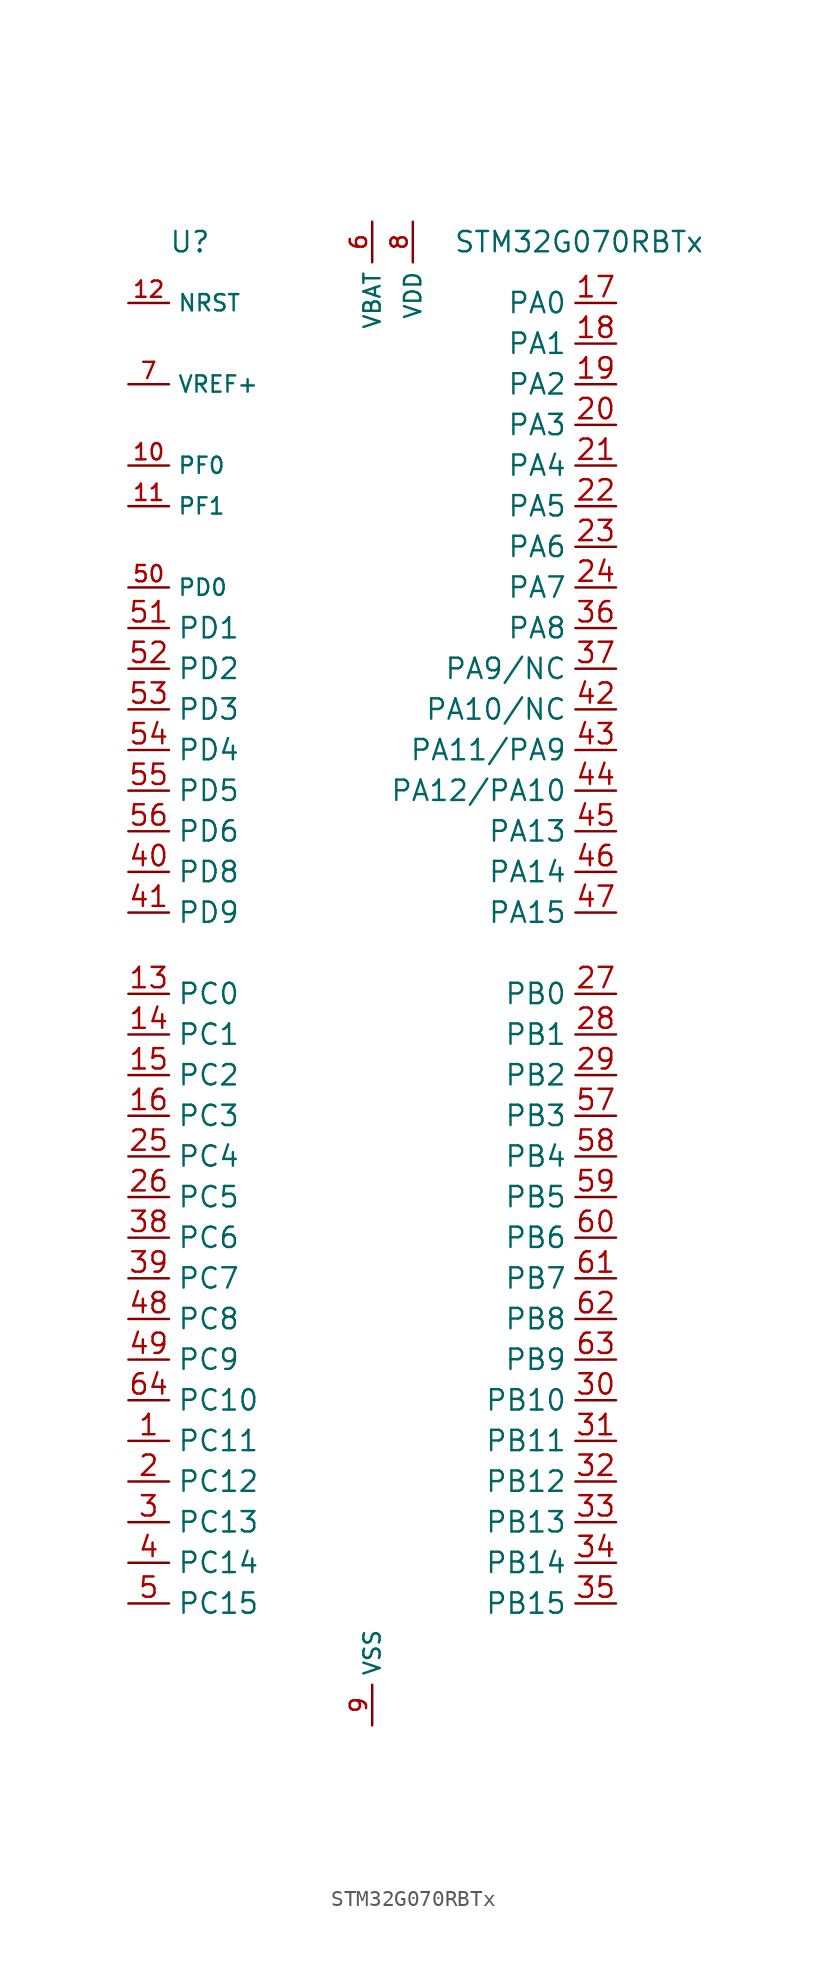
<source format=kicad_sym>
(kicad_symbol_lib
  (version 20220914)
  (generator kicad_symbol_editor)
  (symbol "STM32G070RBTx"
    (property "Reference" "U"
      (at -12.7 46.99 0)
      (effects (font (size 1.27 1.27)) (justify left)))
    (property "Value" "STM32G070RBTx"
      (at 5.08 46.99 0)
      (effects (font (size 1.27 1.27)) (justify left)))
    (property "ki_locked" ""
      (at 0 0 0)
      (effects (font (size 1.27 1.27))))
    (symbol "STM32G070RBTx_1_1"
      (pin bidirectional line (at -15.24 -27.94 0) (length 2.54) (name "PC11" (effects (font (size 1.27 1.27)))) (number "1" (effects (font (size 1.27 1.27)))) (alternate "ADC1_EXTI11" bidirectional line) (alternate "TIM1_CH4" bidirectional line) (alternate "USART3_RX" bidirectional line) (alternate "USART4_RX" bidirectional line))
      (pin bidirectional line (at -15.24 33.02 0) (length 2.54) (name "PF0" (effects (font (size 1.016 1.016)))) (number "10" (effects (font (size 1.016 1.016)))) (alternate "RCC_OSC_IN" bidirectional line) (alternate "TIM14_CH1" bidirectional line))
      (pin bidirectional line (at -15.24 30.48 0) (length 2.54) (name "PF1" (effects (font (size 1.016 1.016)))) (number "11" (effects (font (size 1.016 1.016)))) (alternate "RCC_OSC_EN" bidirectional line) (alternate "RCC_OSC_OUT" bidirectional line) (alternate "TIM15_CH1N" bidirectional line))
      (pin input line (at -15.24 43.18 0) (length 2.54) (name "NRST" (effects (font (size 1.016 1.016)))) (number "12" (effects (font (size 1.016 1.016)))))
      (pin bidirectional line (at -15.24 0 0) (length 2.54) (name "PC0" (effects (font (size 1.27 1.27)))) (number "13" (effects (font (size 1.27 1.27)))))
      (pin bidirectional line (at -15.24 -2.54 0) (length 2.54) (name "PC1" (effects (font (size 1.27 1.27)))) (number "14" (effects (font (size 1.27 1.27)))) (alternate "TIM15_CH1" bidirectional line))
      (pin bidirectional line (at -15.24 -5.08 0) (length 2.54) (name "PC2" (effects (font (size 1.27 1.27)))) (number "15" (effects (font (size 1.27 1.27)))) (alternate "SPI2_MISO" bidirectional line) (alternate "TIM15_CH2" bidirectional line))
      (pin bidirectional line (at -15.24 -7.62 0) (length 2.54) (name "PC3" (effects (font (size 1.27 1.27)))) (number "16" (effects (font (size 1.27 1.27)))) (alternate "SPI2_MOSI" bidirectional line))
      (pin bidirectional line (at 15.24 43.18 180) (length 2.54) (name "PA0" (effects (font (size 1.27 1.27)))) (number "17" (effects (font (size 1.27 1.27)))) (alternate "ADC1_IN0" bidirectional line) (alternate "RTC_TAMP_IN2" bidirectional line) (alternate "SPI2_SCK" bidirectional line) (alternate "SYS_WKUP1" bidirectional line) (alternate "USART2_CTS" bidirectional line) (alternate "USART2_NSS" bidirectional line) (alternate "USART4_TX" bidirectional line))
      (pin bidirectional line (at 15.24 40.64 180) (length 2.54) (name "PA1" (effects (font (size 1.27 1.27)))) (number "18" (effects (font (size 1.27 1.27)))) (alternate "ADC1_IN1" bidirectional line) (alternate "I2C1_SMBA" bidirectional line) (alternate "I2S1_CK" bidirectional line) (alternate "SPI1_SCK" bidirectional line) (alternate "TIM15_CH1N" bidirectional line) (alternate "USART2_CK" bidirectional line) (alternate "USART2_DE" bidirectional line) (alternate "USART2_RTS" bidirectional line) (alternate "USART4_RX" bidirectional line))
      (pin bidirectional line (at 15.24 38.1 180) (length 2.54) (name "PA2" (effects (font (size 1.27 1.27)))) (number "19" (effects (font (size 1.27 1.27)))) (alternate "ADC1_IN2" bidirectional line) (alternate "I2S1_SD" bidirectional line) (alternate "RCC_LSCO" bidirectional line) (alternate "SPI1_MOSI" bidirectional line) (alternate "SYS_WKUP4" bidirectional line) (alternate "TIM15_CH1" bidirectional line) (alternate "USART2_TX" bidirectional line))
      (pin bidirectional line (at -15.24 -30.48 0) (length 2.54) (name "PC12" (effects (font (size 1.27 1.27)))) (number "2" (effects (font (size 1.27 1.27)))) (alternate "TIM14_CH1" bidirectional line))
      (pin bidirectional line (at 15.24 35.56 180) (length 2.54) (name "PA3" (effects (font (size 1.27 1.27)))) (number "20" (effects (font (size 1.27 1.27)))) (alternate "ADC1_IN3" bidirectional line) (alternate "SPI2_MISO" bidirectional line) (alternate "TIM15_CH2" bidirectional line) (alternate "USART2_RX" bidirectional line))
      (pin bidirectional line (at 15.24 33.02 180) (length 2.54) (name "PA4" (effects (font (size 1.27 1.27)))) (number "21" (effects (font (size 1.27 1.27)))) (alternate "ADC1_IN4" bidirectional line) (alternate "I2S1_WS" bidirectional line) (alternate "RTC_OUT_ALARM" bidirectional line) (alternate "RTC_OUT_CALIB" bidirectional line) (alternate "SPI1_NSS" bidirectional line) (alternate "SPI2_MOSI" bidirectional line) (alternate "TIM14_CH1" bidirectional line))
      (pin bidirectional line (at 15.24 30.48 180) (length 2.54) (name "PA5" (effects (font (size 1.27 1.27)))) (number "22" (effects (font (size 1.27 1.27)))) (alternate "ADC1_IN5" bidirectional line) (alternate "I2S1_CK" bidirectional line) (alternate "SPI1_SCK" bidirectional line) (alternate "USART3_TX" bidirectional line))
      (pin bidirectional line (at 15.24 27.94 180) (length 2.54) (name "PA6" (effects (font (size 1.27 1.27)))) (number "23" (effects (font (size 1.27 1.27)))) (alternate "ADC1_IN6" bidirectional line) (alternate "I2S1_MCK" bidirectional line) (alternate "SPI1_MISO" bidirectional line) (alternate "TIM16_CH1" bidirectional line) (alternate "TIM1_BK" bidirectional line) (alternate "TIM3_CH1" bidirectional line) (alternate "USART3_CTS" bidirectional line) (alternate "USART3_NSS" bidirectional line))
      (pin bidirectional line (at 15.24 25.4 180) (length 2.54) (name "PA7" (effects (font (size 1.27 1.27)))) (number "24" (effects (font (size 1.27 1.27)))) (alternate "ADC1_IN7" bidirectional line) (alternate "I2S1_SD" bidirectional line) (alternate "SPI1_MOSI" bidirectional line) (alternate "TIM14_CH1" bidirectional line) (alternate "TIM17_CH1" bidirectional line) (alternate "TIM1_CH1N" bidirectional line) (alternate "TIM3_CH2" bidirectional line))
      (pin bidirectional line (at -15.24 -10.16 0) (length 2.54) (name "PC4" (effects (font (size 1.27 1.27)))) (number "25" (effects (font (size 1.27 1.27)))) (alternate "ADC1_IN17" bidirectional line) (alternate "USART1_TX" bidirectional line) (alternate "USART3_TX" bidirectional line))
      (pin bidirectional line (at -15.24 -12.7 0) (length 2.54) (name "PC5" (effects (font (size 1.27 1.27)))) (number "26" (effects (font (size 1.27 1.27)))) (alternate "ADC1_IN18" bidirectional line) (alternate "SYS_WKUP5" bidirectional line) (alternate "USART1_RX" bidirectional line) (alternate "USART3_RX" bidirectional line))
      (pin bidirectional line (at 15.24 0 180) (length 2.54) (name "PB0" (effects (font (size 1.27 1.27)))) (number "27" (effects (font (size 1.27 1.27)))) (alternate "ADC1_IN8" bidirectional line) (alternate "I2S1_WS" bidirectional line) (alternate "SPI1_NSS" bidirectional line) (alternate "TIM1_CH2N" bidirectional line) (alternate "TIM3_CH3" bidirectional line) (alternate "USART3_RX" bidirectional line))
      (pin bidirectional line (at 15.24 -2.54 180) (length 2.54) (name "PB1" (effects (font (size 1.27 1.27)))) (number "28" (effects (font (size 1.27 1.27)))) (alternate "ADC1_IN9" bidirectional line) (alternate "TIM14_CH1" bidirectional line) (alternate "TIM1_CH3N" bidirectional line) (alternate "TIM3_CH4" bidirectional line) (alternate "USART3_CK" bidirectional line) (alternate "USART3_DE" bidirectional line) (alternate "USART3_RTS" bidirectional line))
      (pin bidirectional line (at 15.24 -5.08 180) (length 2.54) (name "PB2" (effects (font (size 1.27 1.27)))) (number "29" (effects (font (size 1.27 1.27)))) (alternate "ADC1_IN10" bidirectional line) (alternate "SPI2_MISO" bidirectional line) (alternate "USART3_TX" bidirectional line))
      (pin bidirectional line (at -15.24 -33.02 0) (length 2.54) (name "PC13" (effects (font (size 1.27 1.27)))) (number "3" (effects (font (size 1.27 1.27)))) (alternate "RTC_OUT_ALARM" bidirectional line) (alternate "RTC_OUT_CALIB" bidirectional line) (alternate "RTC_TAMP_IN1" bidirectional line) (alternate "RTC_TS" bidirectional line) (alternate "SYS_WKUP2" bidirectional line) (alternate "TIM1_BK" bidirectional line))
      (pin bidirectional line (at 15.24 -25.4 180) (length 2.54) (name "PB10" (effects (font (size 1.27 1.27)))) (number "30" (effects (font (size 1.27 1.27)))) (alternate "ADC1_IN11" bidirectional line) (alternate "I2C2_SCL" bidirectional line) (alternate "SPI2_SCK" bidirectional line) (alternate "USART3_TX" bidirectional line))
      (pin bidirectional line (at 15.24 -27.94 180) (length 2.54) (name "PB11" (effects (font (size 1.27 1.27)))) (number "31" (effects (font (size 1.27 1.27)))) (alternate "ADC1_EXTI11" bidirectional line) (alternate "ADC1_IN15" bidirectional line) (alternate "I2C2_SDA" bidirectional line) (alternate "SPI2_MOSI" bidirectional line) (alternate "USART3_RX" bidirectional line))
      (pin bidirectional line (at 15.24 -30.48 180) (length 2.54) (name "PB12" (effects (font (size 1.27 1.27)))) (number "32" (effects (font (size 1.27 1.27)))) (alternate "ADC1_IN16" bidirectional line) (alternate "SPI2_NSS" bidirectional line) (alternate "TIM15_BK" bidirectional line) (alternate "TIM1_BK" bidirectional line))
      (pin bidirectional line (at 15.24 -33.02 180) (length 2.54) (name "PB13" (effects (font (size 1.27 1.27)))) (number "33" (effects (font (size 1.27 1.27)))) (alternate "I2C2_SCL" bidirectional line) (alternate "SPI2_SCK" bidirectional line) (alternate "TIM15_CH1N" bidirectional line) (alternate "TIM1_CH1N" bidirectional line) (alternate "USART3_CTS" bidirectional line) (alternate "USART3_NSS" bidirectional line))
      (pin bidirectional line (at 15.24 -35.56 180) (length 2.54) (name "PB14" (effects (font (size 1.27 1.27)))) (number "34" (effects (font (size 1.27 1.27)))) (alternate "I2C2_SDA" bidirectional line) (alternate "SPI2_MISO" bidirectional line) (alternate "TIM15_CH1" bidirectional line) (alternate "TIM1_CH2N" bidirectional line) (alternate "USART3_CK" bidirectional line) (alternate "USART3_DE" bidirectional line) (alternate "USART3_RTS" bidirectional line))
      (pin bidirectional line (at 15.24 -38.1 180) (length 2.54) (name "PB15" (effects (font (size 1.27 1.27)))) (number "35" (effects (font (size 1.27 1.27)))) (alternate "RTC_REFIN" bidirectional line) (alternate "SPI2_MOSI" bidirectional line) (alternate "TIM15_CH1N" bidirectional line) (alternate "TIM15_CH2" bidirectional line) (alternate "TIM1_CH3N" bidirectional line))
      (pin bidirectional line (at 15.24 22.86 180) (length 2.54) (name "PA8" (effects (font (size 1.27 1.27)))) (number "36" (effects (font (size 1.27 1.27)))) (alternate "RCC_MCO" bidirectional line) (alternate "SPI2_NSS" bidirectional line) (alternate "TIM1_CH1" bidirectional line))
      (pin bidirectional line (at 15.24 20.32 180) (length 2.54) (name "PA9/NC" (effects (font (size 1.27 1.27)))) (number "37" (effects (font (size 1.27 1.27)))) (alternate "I2C1_SCL" bidirectional line) (alternate "RCC_MCO" bidirectional line) (alternate "SPI2_MISO" bidirectional line) (alternate "TIM15_BK" bidirectional line) (alternate "TIM1_CH2" bidirectional line) (alternate "USART1_TX" bidirectional line))
      (pin bidirectional line (at -15.24 -15.24 0) (length 2.54) (name "PC6" (effects (font (size 1.27 1.27)))) (number "38" (effects (font (size 1.27 1.27)))) (alternate "TIM3_CH1" bidirectional line))
      (pin bidirectional line (at -15.24 -17.78 0) (length 2.54) (name "PC7" (effects (font (size 1.27 1.27)))) (number "39" (effects (font (size 1.27 1.27)))) (alternate "TIM3_CH2" bidirectional line))
      (pin bidirectional line (at -15.24 -35.56 0) (length 2.54) (name "PC14" (effects (font (size 1.27 1.27)))) (number "4" (effects (font (size 1.27 1.27)))) (alternate "RCC_OSC32_IN" bidirectional line) (alternate "TIM1_BK2" bidirectional line))
      (pin bidirectional line (at -15.24 7.62 0) (length 2.54) (name "PD8" (effects (font (size 1.27 1.27)))) (number "40" (effects (font (size 1.27 1.27)))) (alternate "I2S1_CK" bidirectional line) (alternate "SPI1_SCK" bidirectional line) (alternate "USART3_TX" bidirectional line))
      (pin bidirectional line (at -15.24 5.08 0) (length 2.54) (name "PD9" (effects (font (size 1.27 1.27)))) (number "41" (effects (font (size 1.27 1.27)))) (alternate "I2S1_WS" bidirectional line) (alternate "SPI1_NSS" bidirectional line) (alternate "TIM1_BK2" bidirectional line) (alternate "USART3_RX" bidirectional line))
      (pin bidirectional line (at 15.24 17.78 180) (length 2.54) (name "PA10/NC" (effects (font (size 1.27 1.27)))) (number "42" (effects (font (size 1.27 1.27)))) (alternate "I2C1_SDA" bidirectional line) (alternate "SPI2_MOSI" bidirectional line) (alternate "TIM17_BK" bidirectional line) (alternate "TIM1_CH3" bidirectional line) (alternate "USART1_RX" bidirectional line))
      (pin bidirectional line (at 15.24 15.24 180) (length 2.54) (name "PA11/PA9" (effects (font (size 1.27 1.27)))) (number "43" (effects (font (size 1.27 1.27)))) (alternate "ADC1_EXTI11" bidirectional line) (alternate "I2C2_SCL" bidirectional line) (alternate "I2S1_MCK" bidirectional line) (alternate "SPI1_MISO" bidirectional line) (alternate "TIM1_BK2" bidirectional line) (alternate "TIM1_CH4" bidirectional line) (alternate "USART1_CTS" bidirectional line) (alternate "USART1_NSS" bidirectional line))
      (pin bidirectional line (at 15.24 12.7 180) (length 2.54) (name "PA12/PA10" (effects (font (size 1.27 1.27)))) (number "44" (effects (font (size 1.27 1.27)))) (alternate "I2C2_SDA" bidirectional line) (alternate "I2S1_SD" bidirectional line) (alternate "I2S_CKIN" bidirectional line) (alternate "SPI1_MOSI" bidirectional line) (alternate "TIM1_ETR" bidirectional line) (alternate "USART1_CK" bidirectional line) (alternate "USART1_DE" bidirectional line) (alternate "USART1_RTS" bidirectional line))
      (pin bidirectional line (at 15.24 10.16 180) (length 2.54) (name "PA13" (effects (font (size 1.27 1.27)))) (number "45" (effects (font (size 1.27 1.27)))) (alternate "IR_OUT" bidirectional line) (alternate "SYS_SWDIO" bidirectional line))
      (pin bidirectional line (at 15.24 7.62 180) (length 2.54) (name "PA14" (effects (font (size 1.27 1.27)))) (number "46" (effects (font (size 1.27 1.27)))) (alternate "SYS_SWCLK" bidirectional line) (alternate "USART2_TX" bidirectional line))
      (pin bidirectional line (at 15.24 5.08 180) (length 2.54) (name "PA15" (effects (font (size 1.27 1.27)))) (number "47" (effects (font (size 1.27 1.27)))) (alternate "I2S1_WS" bidirectional line) (alternate "SPI1_NSS" bidirectional line) (alternate "USART2_RX" bidirectional line) (alternate "USART3_CK" bidirectional line) (alternate "USART3_DE" bidirectional line) (alternate "USART3_RTS" bidirectional line) (alternate "USART4_CK" bidirectional line) (alternate "USART4_DE" bidirectional line) (alternate "USART4_RTS" bidirectional line))
      (pin bidirectional line (at -15.24 -20.32 0) (length 2.54) (name "PC8" (effects (font (size 1.27 1.27)))) (number "48" (effects (font (size 1.27 1.27)))) (alternate "TIM1_CH1" bidirectional line) (alternate "TIM3_CH3" bidirectional line))
      (pin bidirectional line (at -15.24 -22.86 0) (length 2.54) (name "PC9" (effects (font (size 1.27 1.27)))) (number "49" (effects (font (size 1.27 1.27)))) (alternate "I2S_CKIN" bidirectional line) (alternate "TIM1_CH2" bidirectional line) (alternate "TIM3_CH4" bidirectional line))
      (pin bidirectional line (at -15.24 -38.1 0) (length 2.54) (name "PC15" (effects (font (size 1.27 1.27)))) (number "5" (effects (font (size 1.27 1.27)))) (alternate "RCC_OSC32_EN" bidirectional line) (alternate "RCC_OSC32_OUT" bidirectional line) (alternate "RCC_OSC_EN" bidirectional line) (alternate "TIM15_BK" bidirectional line))
      (pin bidirectional line (at -15.24 25.4 0) (length 2.54) (name "PD0" (effects (font (size 1.016 1.016)))) (number "50" (effects (font (size 1.016 1.016)))) (alternate "SPI2_NSS" bidirectional line) (alternate "TIM16_CH1" bidirectional line))
      (pin bidirectional line (at -15.24 22.86 0) (length 2.54) (name "PD1" (effects (font (size 1.27 1.27)))) (number "51" (effects (font (size 1.27 1.27)))) (alternate "SPI2_SCK" bidirectional line) (alternate "TIM17_CH1" bidirectional line))
      (pin bidirectional line (at -15.24 20.32 0) (length 2.54) (name "PD2" (effects (font (size 1.27 1.27)))) (number "52" (effects (font (size 1.27 1.27)))) (alternate "TIM1_CH1N" bidirectional line) (alternate "TIM3_ETR" bidirectional line) (alternate "USART3_CK" bidirectional line) (alternate "USART3_DE" bidirectional line) (alternate "USART3_RTS" bidirectional line))
      (pin bidirectional line (at -15.24 17.78 0) (length 2.54) (name "PD3" (effects (font (size 1.27 1.27)))) (number "53" (effects (font (size 1.27 1.27)))) (alternate "SPI2_MISO" bidirectional line) (alternate "TIM1_CH2N" bidirectional line) (alternate "USART2_CTS" bidirectional line) (alternate "USART2_NSS" bidirectional line))
      (pin bidirectional line (at -15.24 15.24 0) (length 2.54) (name "PD4" (effects (font (size 1.27 1.27)))) (number "54" (effects (font (size 1.27 1.27)))) (alternate "SPI2_MOSI" bidirectional line) (alternate "TIM1_CH3N" bidirectional line) (alternate "USART2_CK" bidirectional line) (alternate "USART2_DE" bidirectional line) (alternate "USART2_RTS" bidirectional line))
      (pin bidirectional line (at -15.24 12.7 0) (length 2.54) (name "PD5" (effects (font (size 1.27 1.27)))) (number "55" (effects (font (size 1.27 1.27)))) (alternate "I2S1_MCK" bidirectional line) (alternate "SPI1_MISO" bidirectional line) (alternate "TIM1_BK" bidirectional line) (alternate "USART2_TX" bidirectional line))
      (pin bidirectional line (at -15.24 10.16 0) (length 2.54) (name "PD6" (effects (font (size 1.27 1.27)))) (number "56" (effects (font (size 1.27 1.27)))) (alternate "I2S1_SD" bidirectional line) (alternate "SPI1_MOSI" bidirectional line) (alternate "USART2_RX" bidirectional line))
      (pin bidirectional line (at 15.24 -7.62 180) (length 2.54) (name "PB3" (effects (font (size 1.27 1.27)))) (number "57" (effects (font (size 1.27 1.27)))) (alternate "I2S1_CK" bidirectional line) (alternate "SPI1_SCK" bidirectional line) (alternate "TIM1_CH2" bidirectional line) (alternate "USART1_CK" bidirectional line) (alternate "USART1_DE" bidirectional line) (alternate "USART1_RTS" bidirectional line))
      (pin bidirectional line (at 15.24 -10.16 180) (length 2.54) (name "PB4" (effects (font (size 1.27 1.27)))) (number "58" (effects (font (size 1.27 1.27)))) (alternate "I2S1_MCK" bidirectional line) (alternate "SPI1_MISO" bidirectional line) (alternate "TIM17_BK" bidirectional line) (alternate "TIM3_CH1" bidirectional line) (alternate "USART1_CTS" bidirectional line) (alternate "USART1_NSS" bidirectional line))
      (pin bidirectional line (at 15.24 -12.7 180) (length 2.54) (name "PB5" (effects (font (size 1.27 1.27)))) (number "59" (effects (font (size 1.27 1.27)))) (alternate "I2C1_SMBA" bidirectional line) (alternate "I2S1_SD" bidirectional line) (alternate "SPI1_MOSI" bidirectional line) (alternate "SYS_WKUP6" bidirectional line) (alternate "TIM16_BK" bidirectional line) (alternate "TIM3_CH2" bidirectional line))
      (pin power_in line (at 0 48.26 270) (length 2.54) (name "VBAT" (effects (font (size 1.016 1.016)))) (number "6" (effects (font (size 1.016 1.016)))))
      (pin bidirectional line (at 15.24 -15.24 180) (length 2.54) (name "PB6" (effects (font (size 1.27 1.27)))) (number "60" (effects (font (size 1.27 1.27)))) (alternate "I2C1_SCL" bidirectional line) (alternate "SPI2_MISO" bidirectional line) (alternate "TIM16_CH1N" bidirectional line) (alternate "TIM1_CH3" bidirectional line) (alternate "USART1_TX" bidirectional line))
      (pin bidirectional line (at 15.24 -17.78 180) (length 2.54) (name "PB7" (effects (font (size 1.27 1.27)))) (number "61" (effects (font (size 1.27 1.27)))) (alternate "I2C1_SDA" bidirectional line) (alternate "SPI2_MOSI" bidirectional line) (alternate "TIM17_CH1N" bidirectional line) (alternate "USART1_RX" bidirectional line) (alternate "USART4_CTS" bidirectional line) (alternate "USART4_NSS" bidirectional line))
      (pin bidirectional line (at 15.24 -20.32 180) (length 2.54) (name "PB8" (effects (font (size 1.27 1.27)))) (number "62" (effects (font (size 1.27 1.27)))) (alternate "I2C1_SCL" bidirectional line) (alternate "SPI2_SCK" bidirectional line) (alternate "TIM15_BK" bidirectional line) (alternate "TIM16_CH1" bidirectional line) (alternate "USART3_TX" bidirectional line))
      (pin bidirectional line (at 15.24 -22.86 180) (length 2.54) (name "PB9" (effects (font (size 1.27 1.27)))) (number "63" (effects (font (size 1.27 1.27)))) (alternate "I2C1_SDA" bidirectional line) (alternate "IR_OUT" bidirectional line) (alternate "SPI2_NSS" bidirectional line) (alternate "TIM17_CH1" bidirectional line) (alternate "USART3_RX" bidirectional line))
      (pin bidirectional line (at -15.24 -25.4 0) (length 2.54) (name "PC10" (effects (font (size 1.27 1.27)))) (number "64" (effects (font (size 1.27 1.27)))) (alternate "TIM1_CH3" bidirectional line) (alternate "USART3_TX" bidirectional line) (alternate "USART4_TX" bidirectional line))
      (pin input line (at -15.24 38.1 0) (length 2.54) (name "VREF+" (effects (font (size 1.016 1.016)))) (number "7" (effects (font (size 1.016 1.016)))))
      (pin power_in line (at 2.54 48.26 270) (length 2.54) (name "VDD" (effects (font (size 1.016 1.016)))) (number "8" (effects (font (size 1.016 1.016)))))
      (pin power_in line (at 0 -45.72 90) (length 2.54) (name "VSS" (effects (font (size 1.016 1.016)))) (number "9" (effects (font (size 1.016 1.016))))))))
</source>
